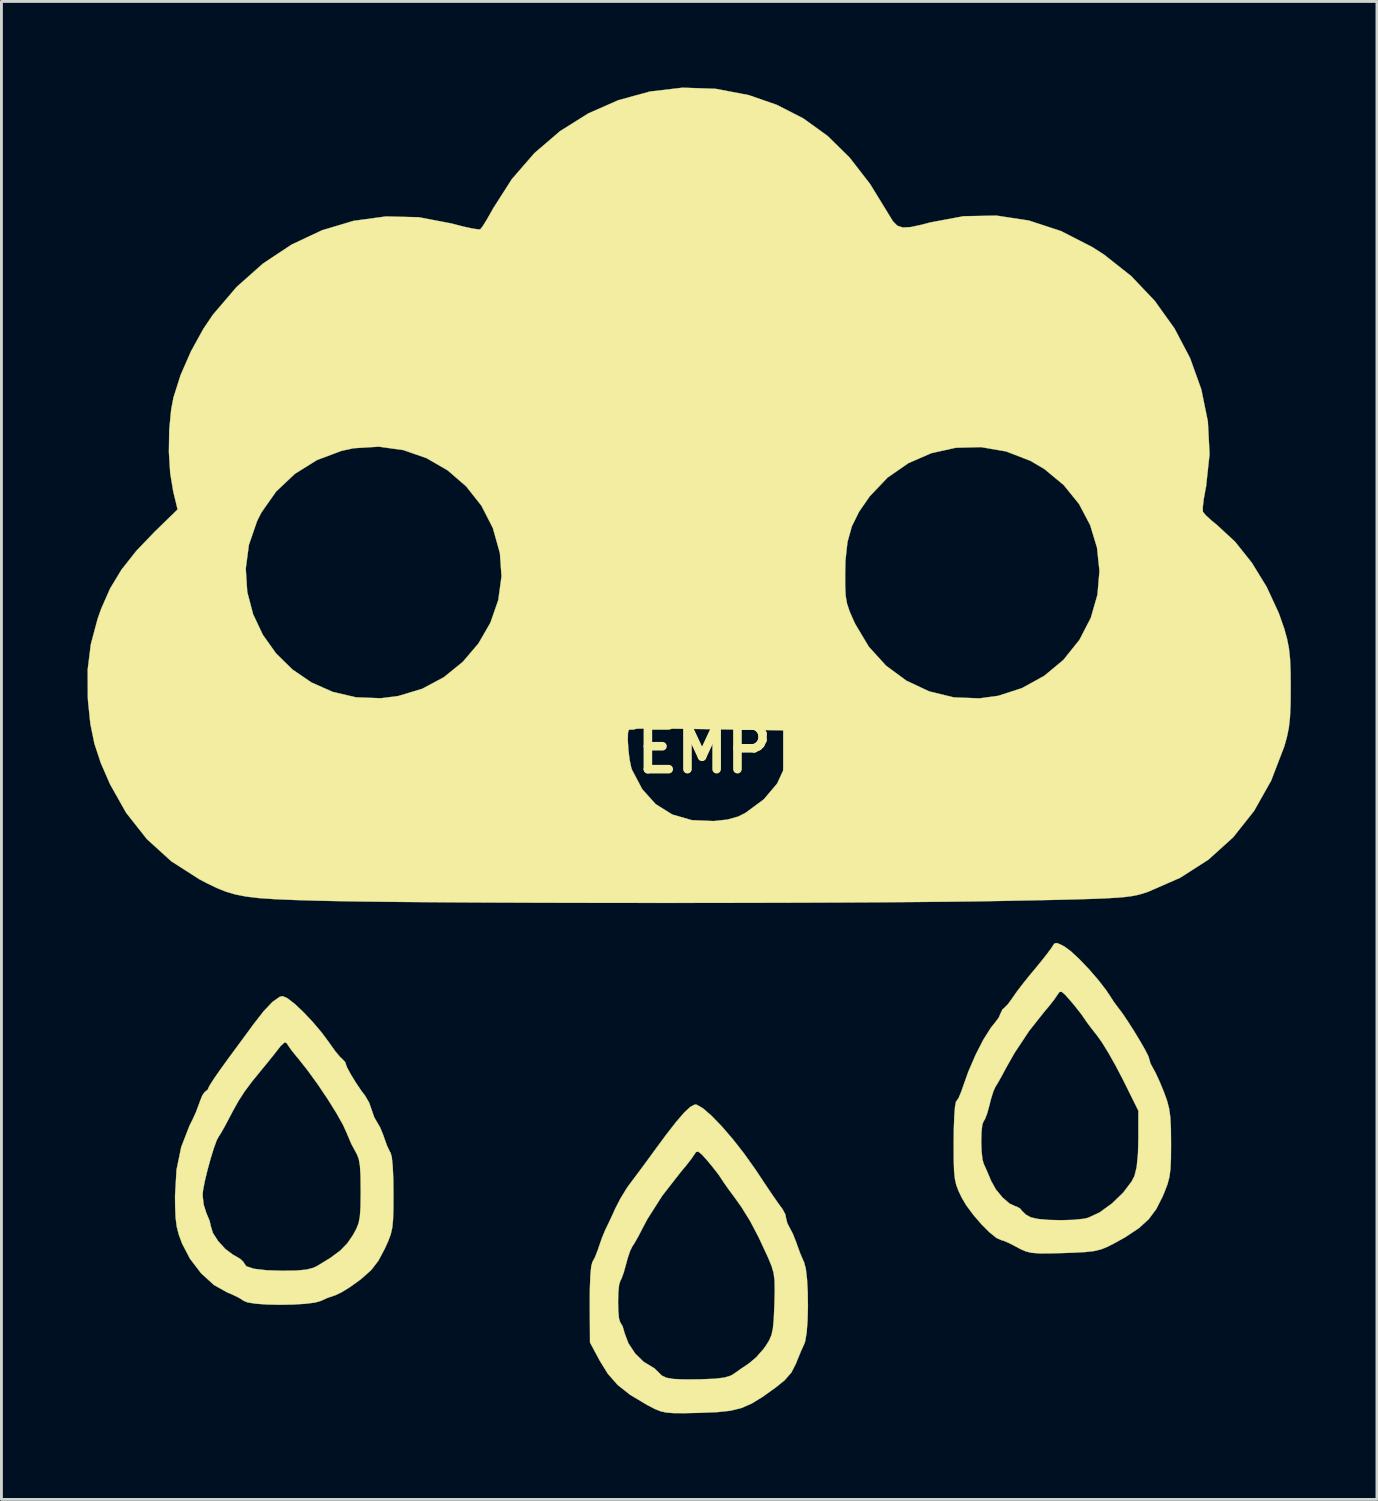
<source format=kicad_pcb>
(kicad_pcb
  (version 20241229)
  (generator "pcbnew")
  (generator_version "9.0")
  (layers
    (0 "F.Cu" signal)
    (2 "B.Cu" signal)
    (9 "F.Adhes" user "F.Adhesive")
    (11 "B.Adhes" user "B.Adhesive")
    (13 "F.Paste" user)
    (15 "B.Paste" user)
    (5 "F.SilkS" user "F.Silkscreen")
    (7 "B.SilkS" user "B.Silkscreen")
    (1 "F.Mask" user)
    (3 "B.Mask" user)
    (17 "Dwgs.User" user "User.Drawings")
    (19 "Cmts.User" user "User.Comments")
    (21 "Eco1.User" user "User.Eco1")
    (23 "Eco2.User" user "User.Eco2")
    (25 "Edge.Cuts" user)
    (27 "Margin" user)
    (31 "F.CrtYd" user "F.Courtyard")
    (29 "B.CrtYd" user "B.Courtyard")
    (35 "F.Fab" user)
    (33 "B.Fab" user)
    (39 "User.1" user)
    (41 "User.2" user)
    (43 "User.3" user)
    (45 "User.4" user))
  (footprint "ATTEMPT6"
    (layer "F.Cu")
    (at 20.972 23.056)
    (property "Reference" "ATTEMPT6" (at 0 0 0) (layer "F.SilkS") (effects (font (size 1.524 1.524) (thickness 0.3))))
    (attr through_hole)
    (fp_poly (pts (xy 0.24 12.375) (xy 0.461 12.5) (xy 0.763 12.761) (xy 1.122 13.132) (xy 1.512 13.585) (xy 1.911 14.095) (xy 2.294 14.635) (xy 2.371 14.75) (xy 2.65 15.171) (xy 2.899 15.54) (xy 3.096 15.823) (xy 3.216 15.986) (xy 3.232 16.004) (xy 3.339 16.203) (xy 3.355 16.3) (xy 3.407 16.511) (xy 3.485 16.659) (xy 3.6 16.88) (xy 3.717 17.174) (xy 3.735 17.228) (xy 3.85 17.547) (xy 3.973 17.833) (xy 3.988 17.863) (xy 4.05 18.09) (xy 4.093 18.46) (xy 4.118 18.92) (xy 4.124 19.419) (xy 4.111 19.904) (xy 4.079 20.323) (xy 4.028 20.625) (xy 3.997 20.711) (xy 3.887 20.954) (xy 3.755 21.274) (xy 3.708 21.395) (xy 3.55 21.706) (xy 3.308 21.983) (xy 2.993 22.237) (xy 2.532 22.565) (xy 2.153 22.796) (xy 1.801 22.948) (xy 1.423 23.04) (xy 0.963 23.089) (xy 0.369 23.113) (xy 0.335 23.114) (xy -0.175 23.125) (xy -0.539 23.124) (xy -0.801 23.105) (xy -1.007 23.06) (xy -1.201 22.982) (xy -1.428 22.865) (xy -1.49 22.831) (xy -2.068 22.487) (xy -2.504 22.142) (xy -2.845 21.755) (xy -3.128 21.297) (xy -3.468 20.662) (xy -3.476 19.325) (xy -3.476 19.243) (xy -2.49 19.243) (xy -2.482 19.569) (xy -2.457 19.831) (xy -2.414 19.966) (xy -2.409 19.97) (xy -2.333 20.094) (xy -2.266 20.323) (xy -2.264 20.334) (xy -2.128 20.695) (xy -1.89 21.052) (xy -1.604 21.332) (xy -1.452 21.424) (xy -1.219 21.567) (xy -1.077 21.704) (xy -0.968 21.815) (xy -0.809 21.89) (xy -0.565 21.933) (xy -0.204 21.95) (xy 0.311 21.947) (xy 0.393 21.945) (xy 0.877 21.926) (xy 1.21 21.886) (xy 1.433 21.819) (xy 1.543 21.755) (xy 1.789 21.58) (xy 2.066 21.394) (xy 2.074 21.388) (xy 2.315 21.185) (xy 2.565 20.904) (xy 2.648 20.791) (xy 2.771 20.595) (xy 2.853 20.407) (xy 2.904 20.179) (xy 2.934 19.86) (xy 2.954 19.401) (xy 2.957 19.336) (xy 2.969 18.852) (xy 2.962 18.507) (xy 2.929 18.245) (xy 2.861 18.008) (xy 2.752 17.741) (xy 2.74 17.714) (xy 2.412 17.007) (xy 2.112 16.435) (xy 1.81 15.947) (xy 1.585 15.631) (xy 1.367 15.336) (xy 1.19 15.085) (xy 1.094 14.938) (xy 0.985 14.78) (xy 0.796 14.539) (xy 0.641 14.351) (xy 0.432 14.116) (xy 0.307 14.014) (xy 0.228 14.026) (xy 0.177 14.098) (xy 0.064 14.264) (xy -0.132 14.515) (xy -0.32 14.74) (xy -0.951 15.55) (xy -1.47 16.366) (xy -1.635 16.678) (xy -1.791 16.978) (xy -1.927 17.217) (xy -1.992 17.314) (xy -2.073 17.479) (xy -2.165 17.757) (xy -2.21 17.928) (xy -2.293 18.226) (xy -2.373 18.445) (xy -2.409 18.508) (xy -2.454 18.65) (xy -2.481 18.916) (xy -2.49 19.243) (xy -3.476 19.243) (xy -3.472 18.768) (xy -3.454 18.318) (xy -3.424 18.005) (xy -3.384 17.86) (xy -3.292 17.688) (xy -3.189 17.42) (xy -3.163 17.34) (xy -3.053 17.024) (xy -2.938 16.745) (xy -2.918 16.705) (xy -2.804 16.469) (xy -2.657 16.153) (xy -2.59 16.003) (xy -2.403 15.639) (xy -2.18 15.277) (xy -2.106 15.173) (xy -1.905 14.904) (xy -1.729 14.669) (xy -1.682 14.605) (xy -1.533 14.404) (xy -1.338 14.137) (xy -1.271 14.044) (xy -0.82 13.432) (xy -0.461 12.971) (xy -0.183 12.65) (xy 0.026 12.456) (xy 0.177 12.375) (xy 0.24 12.375)) (stroke (width 0.01) (type solid)) (fill yes) (layer "F.SilkS"))
    (fp_poly (pts (xy 12.989 6.83) (xy 13.057 6.867) (xy 13.286 7.036) (xy 13.588 7.317) (xy 13.921 7.666) (xy 14.242 8.037) (xy 14.511 8.386) (xy 14.62 8.548) (xy 14.779 8.793) (xy 14.919 8.982) (xy 14.924 8.988) (xy 15.078 9.192) (xy 15.277 9.487) (xy 15.494 9.828) (xy 15.702 10.172) (xy 15.874 10.473) (xy 15.983 10.688) (xy 16.007 10.763) (xy 16.059 10.946) (xy 16.138 11.091) (xy 16.24 11.278) (xy 16.379 11.581) (xy 16.522 11.926) (xy 16.633 12.233) (xy 16.706 12.51) (xy 16.749 12.814) (xy 16.769 13.201) (xy 16.774 13.726) (xy 16.774 13.733) (xy 16.771 14.244) (xy 16.754 14.614) (xy 16.717 14.899) (xy 16.649 15.153) (xy 16.542 15.432) (xy 16.478 15.582) (xy 16.26 16.013) (xy 15.997 16.367) (xy 15.653 16.68) (xy 15.188 16.989) (xy 14.793 17.209) (xy 14.544 17.336) (xy 14.323 17.423) (xy 14.082 17.479) (xy 13.774 17.513) (xy 13.351 17.535) (xy 13.035 17.546) (xy 12.529 17.559) (xy 12.17 17.558) (xy 11.916 17.538) (xy 11.721 17.492) (xy 11.543 17.416) (xy 11.406 17.342) (xy 11.138 17.203) (xy 10.931 17.115) (xy 10.865 17.099) (xy 10.693 17.022) (xy 10.447 16.823) (xy 10.166 16.541) (xy 9.885 16.215) (xy 9.64 15.884) (xy 9.483 15.619) (xy 9.371 15.384) (xy 9.293 15.179) (xy 9.244 14.963) (xy 9.216 14.69) (xy 9.204 14.318) (xy 9.202 13.802) (xy 9.202 13.685) (xy 9.202 13.656) (xy 10.162 13.656) (xy 10.173 13.992) (xy 10.203 14.276) (xy 10.246 14.435) (xy 10.334 14.627) (xy 10.455 14.911) (xy 10.504 15.03) (xy 10.671 15.329) (xy 10.902 15.61) (xy 11.149 15.825) (xy 11.363 15.922) (xy 11.386 15.924) (xy 11.521 15.999) (xy 11.57 16.065) (xy 11.714 16.207) (xy 11.886 16.303) (xy 12.137 16.359) (xy 12.513 16.393) (xy 12.949 16.403) (xy 13.379 16.39) (xy 13.737 16.352) (xy 13.876 16.321) (xy 14.283 16.133) (xy 14.712 15.823) (xy 15.106 15.443) (xy 15.405 15.048) (xy 15.5 14.862) (xy 15.577 14.55) (xy 15.623 14.074) (xy 15.636 13.56) (xy 15.636 12.588) (xy 15.094 11.496) (xy 14.849 11.027) (xy 14.596 10.578) (xy 14.365 10.203) (xy 14.201 9.973) (xy 13.99 9.705) (xy 13.82 9.476) (xy 13.754 9.377) (xy 13.64 9.215) (xy 13.448 8.97) (xy 13.293 8.783) (xy 13.085 8.547) (xy 12.962 8.444) (xy 12.884 8.453) (xy 12.822 8.543) (xy 12.699 8.723) (xy 12.5 8.975) (xy 12.368 9.129) (xy 11.831 9.807) (xy 11.32 10.578) (xy 11.025 11.099) (xy 10.861 11.406) (xy 10.723 11.648) (xy 10.651 11.763) (xy 10.584 11.914) (xy 10.5 12.184) (xy 10.45 12.383) (xy 10.37 12.679) (xy 10.289 12.89) (xy 10.246 12.95) (xy 10.199 13.073) (xy 10.171 13.329) (xy 10.162 13.656) (xy 9.202 13.656) (xy 9.208 13.189) (xy 9.224 12.764) (xy 9.249 12.45) (xy 9.28 12.282) (xy 9.29 12.265) (xy 9.375 12.142) (xy 9.472 11.909) (xy 9.493 11.844) (xy 9.709 11.235) (xy 9.965 10.642) (xy 10.236 10.112) (xy 10.499 9.696) (xy 10.626 9.539) (xy 10.771 9.349) (xy 10.831 9.206) (xy 10.902 9.06) (xy 10.953 9.017) (xy 11.085 8.885) (xy 11.244 8.668) (xy 11.258 8.646) (xy 11.406 8.435) (xy 11.637 8.133) (xy 11.909 7.797) (xy 11.989 7.702) (xy 12.25 7.385) (xy 12.47 7.106) (xy 12.612 6.912) (xy 12.636 6.872) (xy 12.713 6.761) (xy 12.808 6.747) (xy 12.989 6.83)) (stroke (width 0.01) (type solid)) (fill yes) (layer "F.SilkS"))
    (fp_poly (pts (xy -14.011 8.669) (xy -13.759 8.864) (xy -13.455 9.15) (xy -13.13 9.494) (xy -12.817 9.864) (xy -12.547 10.228) (xy -12.529 10.255) (xy -12.341 10.518) (xy -12.177 10.713) (xy -12.108 10.775) (xy -11.994 10.899) (xy -11.981 10.948) (xy -11.93 11.085) (xy -11.801 11.324) (xy -11.625 11.61) (xy -11.438 11.888) (xy -11.304 12.065) (xy -11.162 12.308) (xy -11.076 12.553) (xy -10.986 12.815) (xy -10.884 12.993) (xy -10.776 13.178) (xy -10.664 13.455) (xy -10.639 13.53) (xy -10.538 13.81) (xy -10.438 14.019) (xy -10.416 14.052) (xy -10.373 14.205) (xy -10.341 14.524) (xy -10.32 14.977) (xy -10.315 15.469) (xy -10.317 15.999) (xy -10.329 16.381) (xy -10.357 16.664) (xy -10.41 16.896) (xy -10.495 17.125) (xy -10.619 17.399) (xy -10.623 17.407) (xy -10.843 17.819) (xy -11.086 18.134) (xy -11.419 18.433) (xy -11.514 18.506) (xy -11.832 18.734) (xy -12.125 18.915) (xy -12.332 19.013) (xy -12.345 19.017) (xy -12.626 19.114) (xy -12.837 19.211) (xy -13.049 19.272) (xy -13.391 19.315) (xy -13.815 19.341) (xy -14.275 19.349) (xy -14.725 19.339) (xy -15.117 19.311) (xy -15.404 19.265) (xy -15.531 19.212) (xy -15.703 19.101) (xy -15.975 18.971) (xy -16.106 18.919) (xy -16.568 18.66) (xy -17.014 18.254) (xy -17.403 17.745) (xy -17.676 17.221) (xy -17.791 16.913) (xy -17.864 16.63) (xy -17.905 16.311) (xy -17.921 15.897) (xy -17.924 15.548) (xy -17.923 15.528) (xy -16.965 15.528) (xy -16.926 15.86) (xy -16.831 16.163) (xy -16.822 16.181) (xy -16.72 16.424) (xy -16.678 16.609) (xy -16.606 16.847) (xy -16.421 17.133) (xy -16.172 17.405) (xy -15.907 17.604) (xy -15.869 17.624) (xy -15.652 17.751) (xy -15.534 17.863) (xy -15.528 17.885) (xy -15.44 18.008) (xy -15.176 18.095) (xy -14.73 18.147) (xy -14.186 18.164) (xy -13.694 18.157) (xy -13.348 18.124) (xy -13.1 18.059) (xy -12.977 18) (xy -12.503 17.71) (xy -12.163 17.456) (xy -11.916 17.2) (xy -11.725 16.919) (xy -11.607 16.702) (xy -11.529 16.504) (xy -11.485 16.274) (xy -11.463 15.962) (xy -11.456 15.518) (xy -11.456 15.382) (xy -11.461 14.874) (xy -11.481 14.518) (xy -11.523 14.273) (xy -11.591 14.096) (xy -11.628 14.032) (xy -11.781 13.749) (xy -11.919 13.424) (xy -11.93 13.394) (xy -12.069 13.087) (xy -12.302 12.672) (xy -12.602 12.191) (xy -12.94 11.687) (xy -13.29 11.203) (xy -13.622 10.782) (xy -13.687 10.705) (xy -13.873 10.474) (xy -14.002 10.287) (xy -14.025 10.243) (xy -14.1 10.203) (xy -14.24 10.328) (xy -14.299 10.403) (xy -14.487 10.643) (xy -14.734 10.95) (xy -14.905 11.157) (xy -15.247 11.578) (xy -15.502 11.92) (xy -15.712 12.245) (xy -15.92 12.618) (xy -16.014 12.798) (xy -16.181 13.113) (xy -16.317 13.356) (xy -16.395 13.477) (xy -16.399 13.482) (xy -16.472 13.617) (xy -16.572 13.891) (xy -16.684 14.254) (xy -16.793 14.653) (xy -16.886 15.036) (xy -16.948 15.354) (xy -16.965 15.528) (xy -17.923 15.528) (xy -17.872 14.644) (xy -17.707 13.849) (xy -17.417 13.102) (xy -17.312 12.895) (xy -17.193 12.634) (xy -17.077 12.319) (xy -17.066 12.285) (xy -16.972 12.052) (xy -16.882 11.926) (xy -16.862 11.918) (xy -16.776 11.844) (xy -16.774 11.821) (xy -16.719 11.709) (xy -16.57 11.477) (xy -16.349 11.157) (xy -16.079 10.785) (xy -16.079 10.784) (xy -15.787 10.389) (xy -15.52 10.026) (xy -15.309 9.739) (xy -15.192 9.578) (xy -14.836 9.12) (xy -14.527 8.796) (xy -14.281 8.623) (xy -14.178 8.597) (xy -14.011 8.669)) (stroke (width 0.01) (type solid)) (fill yes) (layer "F.SilkS"))
    (fp_poly (pts (xy 0.909 -23.012) (xy 2.06 -22.793) (xy 3.038 -22.454) (xy 3.966 -21.979) (xy 4.807 -21.372) (xy 5.575 -20.617) (xy 6.287 -19.699) (xy 6.94 -18.635) (xy 7.089 -18.392) (xy 7.239 -18.243) (xy 7.431 -18.18) (xy 7.704 -18.195) (xy 8.097 -18.28) (xy 8.387 -18.357) (xy 9.544 -18.573) (xy 10.69 -18.595) (xy 11.822 -18.423) (xy 12.936 -18.058) (xy 14.029 -17.499) (xy 14.438 -17.237) (xy 15.385 -16.489) (xy 16.206 -15.625) (xy 16.893 -14.666) (xy 17.437 -13.631) (xy 17.828 -12.543) (xy 18.057 -11.422) (xy 18.116 -10.288) (xy 17.995 -9.163) (xy 17.974 -9.058) (xy 17.912 -8.708) (xy 17.879 -8.428) (xy 17.884 -8.276) (xy 17.884 -8.276) (xy 17.983 -8.156) (xy 18.187 -7.969) (xy 18.376 -7.815) (xy 19.003 -7.235) (xy 19.589 -6.501) (xy 20.106 -5.658) (xy 20.527 -4.748) (xy 20.719 -4.201) (xy 20.816 -3.851) (xy 20.881 -3.519) (xy 20.92 -3.151) (xy 20.939 -2.691) (xy 20.943 -2.149) (xy 20.938 -1.56) (xy 20.917 -1.113) (xy 20.877 -0.751) (xy 20.809 -0.422) (xy 20.719 -0.102) (xy 20.262 1.088) (xy 19.667 2.144) (xy 18.938 3.063) (xy 18.077 3.841) (xy 17.088 4.475) (xy 15.973 4.962) (xy 15.911 4.983) (xy 15.756 5.033) (xy 15.596 5.076) (xy 15.413 5.111) (xy 15.188 5.141) (xy 14.904 5.166) (xy 14.54 5.187) (xy 14.078 5.207) (xy 13.499 5.224) (xy 12.785 5.242) (xy 11.917 5.26) (xy 10.879 5.28) (xy 10.006 5.295) (xy 8.981 5.307) (xy 7.825 5.318) (xy 6.557 5.328) (xy 5.195 5.335) (xy 3.758 5.341) (xy 2.266 5.345) (xy 0.738 5.348) (xy -0.807 5.349) (xy -2.35 5.348) (xy -3.871 5.346) (xy -5.353 5.342) (xy -6.775 5.337) (xy -8.118 5.33) (xy -9.364 5.321) (xy -10.492 5.311) (xy -11.485 5.299) (xy -12.323 5.285) (xy -12.94 5.272) (xy -13.777 5.247) (xy -14.453 5.218) (xy -14.998 5.181) (xy -15.442 5.128) (xy -15.815 5.056) (xy -16.148 4.958) (xy -16.47 4.829) (xy -16.812 4.664) (xy -17.072 4.528) (xy -18.054 3.899) (xy -18.905 3.126) (xy -19.627 2.21) (xy -20.185 1.221) (xy -20.51 0.476) (xy -20.733 -0.2) (xy -20.757 -0.317) (xy -2.151 -0.317) (xy -2.131 0.011) (xy -2.091 0.345) (xy -2.034 0.622) (xy -2.006 0.709) (xy -1.648 1.388) (xy -1.179 1.909) (xy -0.603 2.269) (xy 0.078 2.466) (xy 0.842 2.498) (xy 1.327 2.445) (xy 1.699 2.339) (xy 1.95 2.212) (xy 2.587 1.741) (xy 3.051 1.192) (xy 3.339 0.571) (xy 3.449 -0.12) (xy 3.451 -0.201) (xy 3.451 -0.66) (xy 0.695 -0.704) (xy -0.012 -0.714) (xy -0.656 -0.721) (xy -1.211 -0.724) (xy -1.653 -0.723) (xy -1.958 -0.718) (xy -2.101 -0.71) (xy -2.109 -0.708) (xy -2.145 -0.577) (xy -2.151 -0.317) (xy -20.757 -0.317) (xy -20.874 -0.888) (xy -20.954 -1.669) (xy -20.963 -1.819) (xy -20.967 -2.78) (xy -20.858 -3.659) (xy -20.622 -4.544) (xy -20.498 -4.896) (xy -20.186 -5.604) (xy -19.789 -6.261) (xy -19.762 -6.294) (xy -15.461 -6.294) (xy -15.408 -5.484) (xy -15.205 -4.71) (xy -14.866 -3.991) (xy -14.406 -3.344) (xy -13.837 -2.785) (xy -13.174 -2.332) (xy -12.43 -2.002) (xy -11.621 -1.813) (xy -10.758 -1.781) (xy -10.15 -1.858) (xy -9.314 -2.11) (xy -8.559 -2.514) (xy -7.9 -3.048) (xy -7.354 -3.689) (xy -6.936 -4.415) (xy -6.663 -5.203) (xy -6.55 -6.031) (xy -6.559 -6.155) (xy 5.421 -6.155) (xy 5.422 -5.685) (xy 5.439 -5.347) (xy 5.486 -5.078) (xy 5.573 -4.814) (xy 5.714 -4.491) (xy 5.773 -4.365) (xy 6.245 -3.575) (xy 6.847 -2.913) (xy 7.557 -2.391) (xy 8.351 -2.019) (xy 9.207 -1.811) (xy 10.101 -1.777) (xy 10.754 -1.866) (xy 11.581 -2.134) (xy 12.357 -2.562) (xy 13.021 -3.113) (xy 13.584 -3.816) (xy 13.979 -4.582) (xy 14.21 -5.388) (xy 14.281 -6.211) (xy 14.195 -7.028) (xy 13.956 -7.815) (xy 13.569 -8.549) (xy 13.036 -9.207) (xy 12.362 -9.766) (xy 11.878 -10.051) (xy 11.031 -10.379) (xy 10.155 -10.53) (xy 9.278 -10.508) (xy 8.425 -10.32) (xy 7.623 -9.971) (xy 6.898 -9.468) (xy 6.278 -8.817) (xy 5.906 -8.28) (xy 5.653 -7.767) (xy 5.501 -7.218) (xy 5.431 -6.574) (xy 5.421 -6.155) (xy -6.559 -6.155) (xy -6.607 -6.838) (xy -6.851 -7.709) (xy -7.25 -8.489) (xy -7.783 -9.164) (xy -8.428 -9.721) (xy -9.164 -10.146) (xy -9.969 -10.426) (xy -10.822 -10.545) (xy -11.702 -10.491) (xy -12.121 -10.401) (xy -12.98 -10.079) (xy -13.747 -9.601) (xy -14.399 -8.987) (xy -14.913 -8.256) (xy -15.064 -7.959) (xy -15.351 -7.125) (xy -15.461 -6.294) (xy -19.762 -6.294) (xy -19.276 -6.911) (xy -18.641 -7.574) (xy -17.835 -8.359) (xy -17.988 -8.991) (xy -18.092 -9.62) (xy -18.138 -10.357) (xy -18.127 -11.122) (xy -18.059 -11.836) (xy -17.978 -12.26) (xy -17.73 -13.04) (xy -17.371 -13.862) (xy -16.94 -14.645) (xy -16.605 -15.142) (xy -15.779 -16.109) (xy -14.86 -16.925) (xy -13.863 -17.586) (xy -12.806 -18.083) (xy -11.705 -18.412) (xy -10.575 -18.566) (xy -9.435 -18.538) (xy -8.3 -18.322) (xy -8.293 -18.32) (xy -7.895 -18.217) (xy -7.566 -18.145) (xy -7.349 -18.114) (xy -7.29 -18.118) (xy -7.206 -18.224) (xy -7.061 -18.457) (xy -6.884 -18.769) (xy -6.851 -18.831) (xy -6.188 -19.869) (xy -5.402 -20.774) (xy -4.511 -21.537) (xy -3.531 -22.153) (xy -2.482 -22.615) (xy -1.38 -22.917) (xy -0.244 -23.051) (xy 0.909 -23.012)) (stroke (width 0.01) (type solid)) (fill yes) (layer "F.SilkS")))
  (gr_rect
    (start -3 -3)
    (end 44.92 49.186)
    (stroke (width 0.1) (type default))
    (fill no)
    (layer "Edge.Cuts")))
</source>
